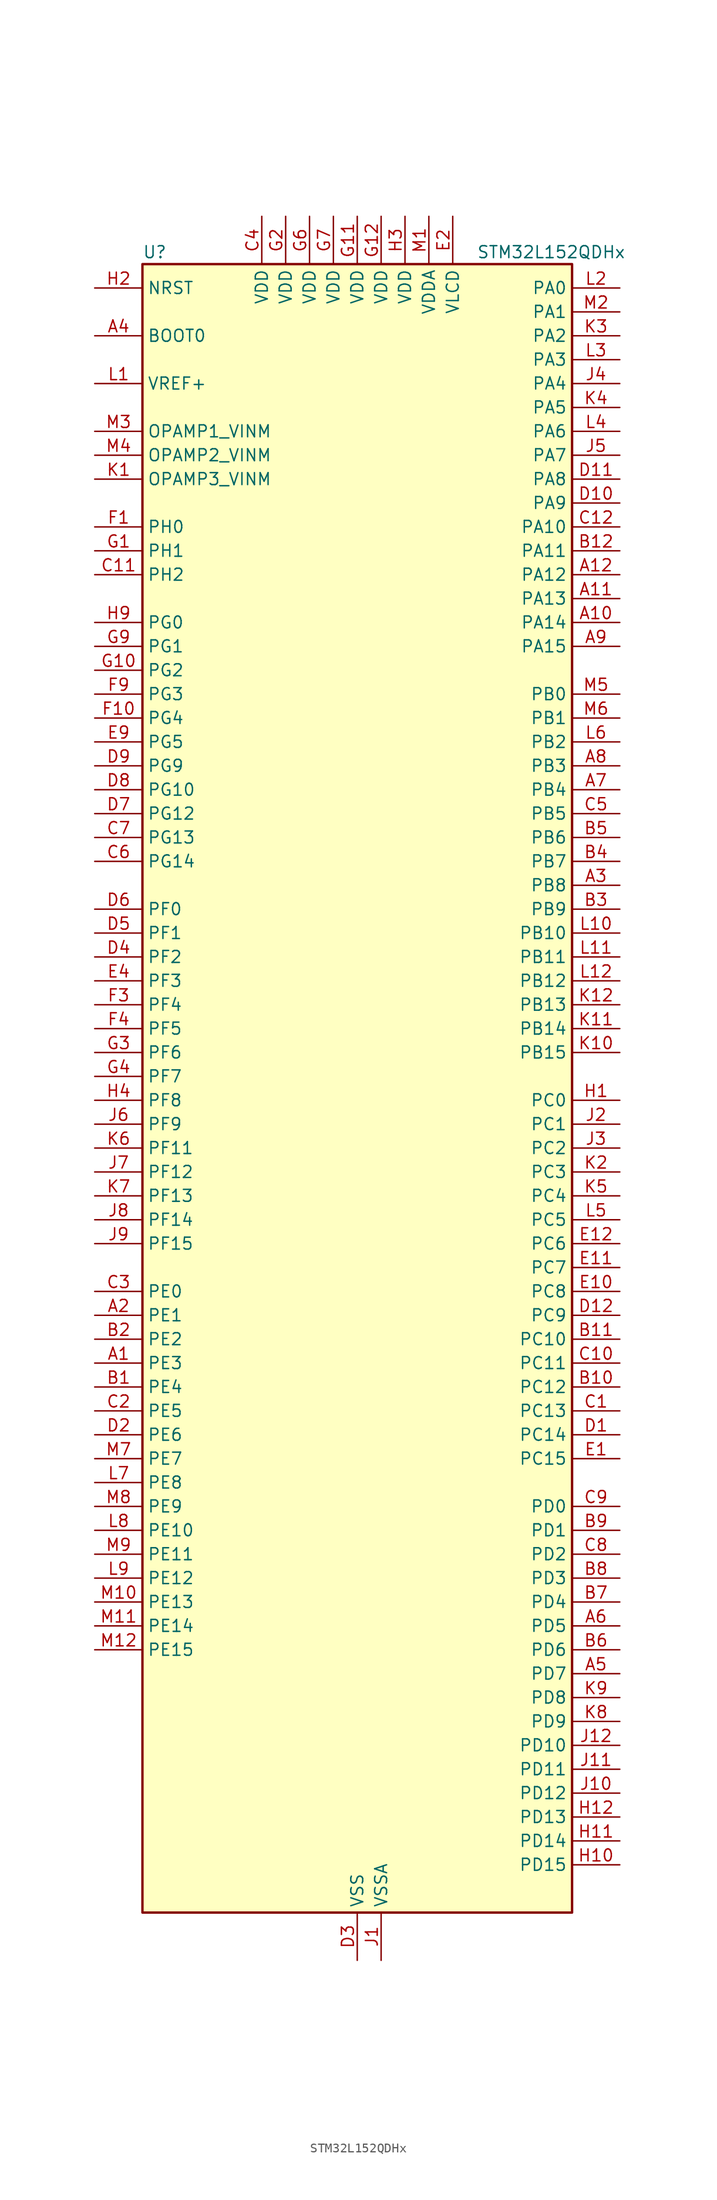
<source format=kicad_sym>
(kicad_symbol_lib
  (version 20231120)
  (generator "kicad-library-utils")
  (generator_version "8.0")
  (symbol "STM32L152QDHx"
    (property "Reference" "U"
      (at -22.86 90.17 0)
      (effects (font (size 1.27 1.27)) (justify left)))
    (property "Value" "STM32L152QDHx"
      (at 12.7 90.17 0)
      (effects (font (size 1.27 1.27)) (justify left)))
    (symbol "STM32L152QDHx_0_1"
      (rectangle (start -22.86 -86.36) (end 22.86 88.9) (stroke (width 0.254) (type default)) (fill (type background))))
    (symbol "STM32L152QDHx_1_1"
      (pin bidirectional line (at -27.94 -27.94 0) (length 5.08) (name "PE3" (effects (font (size 1.27 1.27)))) (number "A1" (effects (font (size 1.27 1.27)))) (alternate "FSMC_A19" bidirectional line) (alternate "LCD_SEG39" bidirectional line) (alternate "SYS_TRACED0" bidirectional line) (alternate "TIM3_CH1" bidirectional line) (alternate "TIMX_IC4" bidirectional line))
      (pin bidirectional line (at 27.94 50.8 180) (length 5.08) (name "PA14" (effects (font (size 1.27 1.27)))) (number "A10" (effects (font (size 1.27 1.27)))) (alternate "SYS_JTCK-SWCLK" bidirectional line) (alternate "TIMX_IC3" bidirectional line) (alternate "TS_G5_IO2" bidirectional line))
      (pin bidirectional line (at 27.94 53.34 180) (length 5.08) (name "PA13" (effects (font (size 1.27 1.27)))) (number "A11" (effects (font (size 1.27 1.27)))) (alternate "SYS_JTMS-SWDIO" bidirectional line) (alternate "TIMX_IC2" bidirectional line) (alternate "TS_G5_IO1" bidirectional line))
      (pin bidirectional line (at 27.94 55.88 180) (length 5.08) (name "PA12" (effects (font (size 1.27 1.27)))) (number "A12" (effects (font (size 1.27 1.27)))) (alternate "SPI1_MOSI" bidirectional line) (alternate "TIMX_IC1" bidirectional line) (alternate "USART1_RTS" bidirectional line) (alternate "USB_DP" bidirectional line))
      (pin bidirectional line (at -27.94 -22.86 0) (length 5.08) (name "PE1" (effects (font (size 1.27 1.27)))) (number "A2" (effects (font (size 1.27 1.27)))) (alternate "FSMC_NBL1" bidirectional line) (alternate "LCD_SEG37" bidirectional line) (alternate "TIM11_CH1" bidirectional line) (alternate "TIMX_IC2" bidirectional line))
      (pin bidirectional line (at 27.94 22.86 180) (length 5.08) (name "PB8" (effects (font (size 1.27 1.27)))) (number "A3" (effects (font (size 1.27 1.27)))) (alternate "I2C1_SCL" bidirectional line) (alternate "LCD_SEG16" bidirectional line) (alternate "SDIO_D4" bidirectional line) (alternate "TIM10_CH1" bidirectional line) (alternate "TIM4_CH3" bidirectional line))
      (pin input line (at -27.94 81.28 0) (length 5.08) (name "BOOT0" (effects (font (size 1.27 1.27)))) (number "A4" (effects (font (size 1.27 1.27)))))
      (pin bidirectional line (at 27.94 -60.96 180) (length 5.08) (name "PD7" (effects (font (size 1.27 1.27)))) (number "A5" (effects (font (size 1.27 1.27)))) (alternate "FSMC_NE1" bidirectional line) (alternate "TIM9_CH2" bidirectional line) (alternate "TIMX_IC4" bidirectional line) (alternate "USART2_CK" bidirectional line))
      (pin bidirectional line (at 27.94 -55.88 180) (length 5.08) (name "PD5" (effects (font (size 1.27 1.27)))) (number "A6" (effects (font (size 1.27 1.27)))) (alternate "FSMC_NWE" bidirectional line) (alternate "TIMX_IC2" bidirectional line) (alternate "USART2_TX" bidirectional line))
      (pin bidirectional line (at 27.94 33.02 180) (length 5.08) (name "PB4" (effects (font (size 1.27 1.27)))) (number "A7" (effects (font (size 1.27 1.27)))) (alternate "COMP2_INP" bidirectional line) (alternate "LCD_SEG8" bidirectional line) (alternate "SPI1_MISO" bidirectional line) (alternate "SPI3_MISO" bidirectional line) (alternate "SYS_JTRST" bidirectional line) (alternate "TIM3_CH1" bidirectional line) (alternate "TS_G6_IO1" bidirectional line))
      (pin bidirectional line (at 27.94 35.56 180) (length 5.08) (name "PB3" (effects (font (size 1.27 1.27)))) (number "A8" (effects (font (size 1.27 1.27)))) (alternate "COMP2_INM" bidirectional line) (alternate "I2S3_CK" bidirectional line) (alternate "LCD_SEG7" bidirectional line) (alternate "SPI1_SCK" bidirectional line) (alternate "SPI3_SCK" bidirectional line) (alternate "SYS_JTDO-TRACESWO" bidirectional line) (alternate "TIM2_CH2" bidirectional line))
      (pin bidirectional line (at 27.94 48.26 180) (length 5.08) (name "PA15" (effects (font (size 1.27 1.27)))) (number "A9" (effects (font (size 1.27 1.27)))) (alternate "ADC_EXTI15" bidirectional line) (alternate "I2S3_WS" bidirectional line) (alternate "LCD_SEG17" bidirectional line) (alternate "SPI1_NSS" bidirectional line) (alternate "SPI3_NSS" bidirectional line) (alternate "SYS_JTDI" bidirectional line) (alternate "TIM2_CH1" bidirectional line) (alternate "TIM2_ETR" bidirectional line) (alternate "TIMX_IC4" bidirectional line) (alternate "TS_G5_IO3" bidirectional line))
      (pin bidirectional line (at -27.94 -30.48 0) (length 5.08) (name "PE4" (effects (font (size 1.27 1.27)))) (number "B1" (effects (font (size 1.27 1.27)))) (alternate "FSMC_A20" bidirectional line) (alternate "SYS_TRACED1" bidirectional line) (alternate "TIM3_CH2" bidirectional line) (alternate "TIMX_IC1" bidirectional line))
      (pin bidirectional line (at 27.94 -30.48 180) (length 5.08) (name "PC12" (effects (font (size 1.27 1.27)))) (number "B10" (effects (font (size 1.27 1.27)))) (alternate "I2S3_SD" bidirectional line) (alternate "LCD_COM6" bidirectional line) (alternate "LCD_SEG30" bidirectional line) (alternate "LCD_SEG42" bidirectional line) (alternate "SDIO_CK" bidirectional line) (alternate "SPI3_MOSI" bidirectional line) (alternate "TIMX_IC1" bidirectional line) (alternate "UART5_TX" bidirectional line) (alternate "USART3_CK" bidirectional line))
      (pin bidirectional line (at 27.94 -25.4 180) (length 5.08) (name "PC10" (effects (font (size 1.27 1.27)))) (number "B11" (effects (font (size 1.27 1.27)))) (alternate "I2S3_CK" bidirectional line) (alternate "LCD_COM4" bidirectional line) (alternate "LCD_SEG28" bidirectional line) (alternate "LCD_SEG40" bidirectional line) (alternate "SDIO_D2" bidirectional line) (alternate "SPI3_SCK" bidirectional line) (alternate "TIMX_IC3" bidirectional line) (alternate "UART4_TX" bidirectional line) (alternate "USART3_TX" bidirectional line))
      (pin bidirectional line (at 27.94 58.42 180) (length 5.08) (name "PA11" (effects (font (size 1.27 1.27)))) (number "B12" (effects (font (size 1.27 1.27)))) (alternate "ADC_EXTI11" bidirectional line) (alternate "SPI1_MISO" bidirectional line) (alternate "TIMX_IC4" bidirectional line) (alternate "USART1_CTS" bidirectional line) (alternate "USB_DM" bidirectional line))
      (pin bidirectional line (at -27.94 -25.4 0) (length 5.08) (name "PE2" (effects (font (size 1.27 1.27)))) (number "B2" (effects (font (size 1.27 1.27)))) (alternate "FSMC_A23" bidirectional line) (alternate "LCD_SEG38" bidirectional line) (alternate "SYS_TRACECK" bidirectional line) (alternate "TIM3_ETR" bidirectional line) (alternate "TIMX_IC3" bidirectional line))
      (pin bidirectional line (at 27.94 20.32 180) (length 5.08) (name "PB9" (effects (font (size 1.27 1.27)))) (number "B3" (effects (font (size 1.27 1.27)))) (alternate "DAC_EXTI9" bidirectional line) (alternate "I2C1_SDA" bidirectional line) (alternate "LCD_COM3" bidirectional line) (alternate "SDIO_D5" bidirectional line) (alternate "TIM11_CH1" bidirectional line) (alternate "TIM4_CH4" bidirectional line))
      (pin bidirectional line (at 27.94 25.4 180) (length 5.08) (name "PB7" (effects (font (size 1.27 1.27)))) (number "B4" (effects (font (size 1.27 1.27)))) (alternate "COMP2_INP" bidirectional line) (alternate "FSMC_NL" bidirectional line) (alternate "I2C1_SDA" bidirectional line) (alternate "SYS_PVD_IN" bidirectional line) (alternate "TIM4_CH2" bidirectional line) (alternate "TS_G6_IO4" bidirectional line) (alternate "USART1_RX" bidirectional line))
      (pin bidirectional line (at 27.94 27.94 180) (length 5.08) (name "PB6" (effects (font (size 1.27 1.27)))) (number "B5" (effects (font (size 1.27 1.27)))) (alternate "COMP2_INP" bidirectional line) (alternate "I2C1_SCL" bidirectional line) (alternate "TIM4_CH1" bidirectional line) (alternate "TS_G6_IO3" bidirectional line) (alternate "USART1_TX" bidirectional line))
      (pin bidirectional line (at 27.94 -58.42 180) (length 5.08) (name "PD6" (effects (font (size 1.27 1.27)))) (number "B6" (effects (font (size 1.27 1.27)))) (alternate "FSMC_NWAIT" bidirectional line) (alternate "TIMX_IC3" bidirectional line) (alternate "USART2_RX" bidirectional line))
      (pin bidirectional line (at 27.94 -53.34 180) (length 5.08) (name "PD4" (effects (font (size 1.27 1.27)))) (number "B7" (effects (font (size 1.27 1.27)))) (alternate "FSMC_NOE" bidirectional line) (alternate "I2S2_SD" bidirectional line) (alternate "SPI2_MOSI" bidirectional line) (alternate "TIMX_IC1" bidirectional line) (alternate "USART2_RTS" bidirectional line))
      (pin bidirectional line (at 27.94 -50.8 180) (length 5.08) (name "PD3" (effects (font (size 1.27 1.27)))) (number "B8" (effects (font (size 1.27 1.27)))) (alternate "FSMC_CLK" bidirectional line) (alternate "SPI2_MISO" bidirectional line) (alternate "TIMX_IC4" bidirectional line) (alternate "USART2_CTS" bidirectional line))
      (pin bidirectional line (at 27.94 -45.72 180) (length 5.08) (name "PD1" (effects (font (size 1.27 1.27)))) (number "B9" (effects (font (size 1.27 1.27)))) (alternate "FSMC_D3" bidirectional line) (alternate "FSMC_DA3" bidirectional line) (alternate "I2S2_CK" bidirectional line) (alternate "SPI2_SCK" bidirectional line) (alternate "TIMX_IC2" bidirectional line))
      (pin bidirectional line (at 27.94 -33.02 180) (length 5.08) (name "PC13" (effects (font (size 1.27 1.27)))) (number "C1" (effects (font (size 1.27 1.27)))) (alternate "RTC_OUT_ALARM" bidirectional line) (alternate "RTC_OUT_CALIB" bidirectional line) (alternate "RTC_TAMP1" bidirectional line) (alternate "RTC_TS" bidirectional line) (alternate "SYS_WKUP2" bidirectional line) (alternate "TIMX_IC2" bidirectional line))
      (pin bidirectional line (at 27.94 -27.94 180) (length 5.08) (name "PC11" (effects (font (size 1.27 1.27)))) (number "C10" (effects (font (size 1.27 1.27)))) (alternate "ADC_EXTI11" bidirectional line) (alternate "LCD_COM5" bidirectional line) (alternate "LCD_SEG29" bidirectional line) (alternate "LCD_SEG41" bidirectional line) (alternate "SDIO_D3" bidirectional line) (alternate "SPI3_MISO" bidirectional line) (alternate "TIMX_IC4" bidirectional line) (alternate "UART4_RX" bidirectional line) (alternate "USART3_RX" bidirectional line))
      (pin bidirectional line (at -27.94 55.88 0) (length 5.08) (name "PH2" (effects (font (size 1.27 1.27)))) (number "C11" (effects (font (size 1.27 1.27)))) (alternate "FSMC_A22" bidirectional line))
      (pin bidirectional line (at 27.94 60.96 180) (length 5.08) (name "PA10" (effects (font (size 1.27 1.27)))) (number "C12" (effects (font (size 1.27 1.27)))) (alternate "LCD_COM2" bidirectional line) (alternate "TIMX_IC3" bidirectional line) (alternate "TS_G4_IO3" bidirectional line) (alternate "USART1_RX" bidirectional line))
      (pin bidirectional line (at -27.94 -33.02 0) (length 5.08) (name "PE5" (effects (font (size 1.27 1.27)))) (number "C2" (effects (font (size 1.27 1.27)))) (alternate "FSMC_A21" bidirectional line) (alternate "SYS_TRACED2" bidirectional line) (alternate "TIM9_CH1" bidirectional line) (alternate "TIMX_IC2" bidirectional line))
      (pin bidirectional line (at -27.94 -20.32 0) (length 5.08) (name "PE0" (effects (font (size 1.27 1.27)))) (number "C3" (effects (font (size 1.27 1.27)))) (alternate "FSMC_NBL0" bidirectional line) (alternate "LCD_SEG36" bidirectional line) (alternate "TIM10_CH1" bidirectional line) (alternate "TIM4_ETR" bidirectional line) (alternate "TIMX_IC1" bidirectional line))
      (pin power_in line (at -10.16 93.98 270) (length 5.08) (name "VDD" (effects (font (size 1.27 1.27)))) (number "C4" (effects (font (size 1.27 1.27)))))
      (pin bidirectional line (at 27.94 30.48 180) (length 5.08) (name "PB5" (effects (font (size 1.27 1.27)))) (number "C5" (effects (font (size 1.27 1.27)))) (alternate "COMP2_INP" bidirectional line) (alternate "I2C1_SMBA" bidirectional line) (alternate "I2S3_SD" bidirectional line) (alternate "LCD_SEG9" bidirectional line) (alternate "SPI1_MOSI" bidirectional line) (alternate "SPI3_MOSI" bidirectional line) (alternate "TIM3_CH2" bidirectional line) (alternate "TS_G6_IO2" bidirectional line))
      (pin bidirectional line (at -27.94 25.4 0) (length 5.08) (name "PG14" (effects (font (size 1.27 1.27)))) (number "C6" (effects (font (size 1.27 1.27)))) (alternate "FSMC_A25" bidirectional line))
      (pin bidirectional line (at -27.94 27.94 0) (length 5.08) (name "PG13" (effects (font (size 1.27 1.27)))) (number "C7" (effects (font (size 1.27 1.27)))) (alternate "FSMC_A24" bidirectional line))
      (pin bidirectional line (at 27.94 -48.26 180) (length 5.08) (name "PD2" (effects (font (size 1.27 1.27)))) (number "C8" (effects (font (size 1.27 1.27)))) (alternate "LCD_COM7" bidirectional line) (alternate "LCD_SEG31" bidirectional line) (alternate "LCD_SEG43" bidirectional line) (alternate "SDIO_CMD" bidirectional line) (alternate "TIM3_ETR" bidirectional line) (alternate "TIMX_IC3" bidirectional line) (alternate "UART5_RX" bidirectional line))
      (pin bidirectional line (at 27.94 -43.18 180) (length 5.08) (name "PD0" (effects (font (size 1.27 1.27)))) (number "C9" (effects (font (size 1.27 1.27)))) (alternate "FSMC_D2" bidirectional line) (alternate "FSMC_DA2" bidirectional line) (alternate "I2S2_WS" bidirectional line) (alternate "SPI2_NSS" bidirectional line) (alternate "TIM9_CH1" bidirectional line) (alternate "TIMX_IC1" bidirectional line))
      (pin bidirectional line (at 27.94 -35.56 180) (length 5.08) (name "PC14" (effects (font (size 1.27 1.27)))) (number "D1" (effects (font (size 1.27 1.27)))) (alternate "RCC_OSC32_IN" bidirectional line) (alternate "TIMX_IC3" bidirectional line))
      (pin bidirectional line (at 27.94 63.5 180) (length 5.08) (name "PA9" (effects (font (size 1.27 1.27)))) (number "D10" (effects (font (size 1.27 1.27)))) (alternate "DAC_EXTI9" bidirectional line) (alternate "LCD_COM1" bidirectional line) (alternate "TIMX_IC2" bidirectional line) (alternate "TS_G4_IO2" bidirectional line) (alternate "USART1_TX" bidirectional line))
      (pin bidirectional line (at 27.94 66.04 180) (length 5.08) (name "PA8" (effects (font (size 1.27 1.27)))) (number "D11" (effects (font (size 1.27 1.27)))) (alternate "LCD_COM0" bidirectional line) (alternate "RCC_MCO" bidirectional line) (alternate "TIMX_IC1" bidirectional line) (alternate "TS_G4_IO1" bidirectional line) (alternate "USART1_CK" bidirectional line))
      (pin bidirectional line (at 27.94 -22.86 180) (length 5.08) (name "PC9" (effects (font (size 1.27 1.27)))) (number "D12" (effects (font (size 1.27 1.27)))) (alternate "DAC_EXTI9" bidirectional line) (alternate "LCD_SEG27" bidirectional line) (alternate "SDIO_D1" bidirectional line) (alternate "TIM3_CH4" bidirectional line) (alternate "TIMX_IC2" bidirectional line) (alternate "TS_G10_IO4" bidirectional line))
      (pin bidirectional line (at -27.94 -35.56 0) (length 5.08) (name "PE6" (effects (font (size 1.27 1.27)))) (number "D2" (effects (font (size 1.27 1.27)))) (alternate "RTC_TAMP3" bidirectional line) (alternate "SYS_TRACED3" bidirectional line) (alternate "SYS_WKUP3" bidirectional line) (alternate "TIM9_CH2" bidirectional line) (alternate "TIMX_IC3" bidirectional line))
      (pin power_in line (at 0 -91.44 90) (length 5.08) (name "VSS" (effects (font (size 1.27 1.27)))) (number "D3" (effects (font (size 1.27 1.27)))))
      (pin bidirectional line (at -27.94 15.24 0) (length 5.08) (name "PF2" (effects (font (size 1.27 1.27)))) (number "D4" (effects (font (size 1.27 1.27)))) (alternate "FSMC_A2" bidirectional line))
      (pin bidirectional line (at -27.94 17.78 0) (length 5.08) (name "PF1" (effects (font (size 1.27 1.27)))) (number "D5" (effects (font (size 1.27 1.27)))) (alternate "FSMC_A1" bidirectional line))
      (pin bidirectional line (at -27.94 20.32 0) (length 5.08) (name "PF0" (effects (font (size 1.27 1.27)))) (number "D6" (effects (font (size 1.27 1.27)))) (alternate "FSMC_A0" bidirectional line))
      (pin bidirectional line (at -27.94 30.48 0) (length 5.08) (name "PG12" (effects (font (size 1.27 1.27)))) (number "D7" (effects (font (size 1.27 1.27)))) (alternate "FSMC_NE4" bidirectional line))
      (pin bidirectional line (at -27.94 33.02 0) (length 5.08) (name "PG10" (effects (font (size 1.27 1.27)))) (number "D8" (effects (font (size 1.27 1.27)))) (alternate "FSMC_NE3" bidirectional line))
      (pin bidirectional line (at -27.94 35.56 0) (length 5.08) (name "PG9" (effects (font (size 1.27 1.27)))) (number "D9" (effects (font (size 1.27 1.27)))) (alternate "DAC_EXTI9" bidirectional line) (alternate "FSMC_NE2" bidirectional line))
      (pin bidirectional line (at 27.94 -38.1 180) (length 5.08) (name "PC15" (effects (font (size 1.27 1.27)))) (number "E1" (effects (font (size 1.27 1.27)))) (alternate "ADC_EXTI15" bidirectional line) (alternate "RCC_OSC32_OUT" bidirectional line) (alternate "TIMX_IC4" bidirectional line))
      (pin bidirectional line (at 27.94 -20.32 180) (length 5.08) (name "PC8" (effects (font (size 1.27 1.27)))) (number "E10" (effects (font (size 1.27 1.27)))) (alternate "LCD_SEG26" bidirectional line) (alternate "SDIO_D0" bidirectional line) (alternate "TIM3_CH3" bidirectional line) (alternate "TIMX_IC1" bidirectional line) (alternate "TS_G10_IO3" bidirectional line))
      (pin bidirectional line (at 27.94 -17.78 180) (length 5.08) (name "PC7" (effects (font (size 1.27 1.27)))) (number "E11" (effects (font (size 1.27 1.27)))) (alternate "I2S3_MCK" bidirectional line) (alternate "LCD_SEG25" bidirectional line) (alternate "SDIO_D7" bidirectional line) (alternate "TIM3_CH2" bidirectional line) (alternate "TIMX_IC4" bidirectional line) (alternate "TS_G10_IO2" bidirectional line))
      (pin bidirectional line (at 27.94 -15.24 180) (length 5.08) (name "PC6" (effects (font (size 1.27 1.27)))) (number "E12" (effects (font (size 1.27 1.27)))) (alternate "I2S2_MCK" bidirectional line) (alternate "LCD_SEG24" bidirectional line) (alternate "SDIO_D6" bidirectional line) (alternate "TIM3_CH1" bidirectional line) (alternate "TIMX_IC3" bidirectional line) (alternate "TS_G10_IO1" bidirectional line))
      (pin power_in line (at 10.16 93.98 270) (length 5.08) (name "VLCD" (effects (font (size 1.27 1.27)))) (number "E2" (effects (font (size 1.27 1.27)))))
      (pin passive line (at 0 -91.44 90) (length 5.08) hide (name "VSS" (effects (font (size 1.27 1.27)))) (number "E3" (effects (font (size 1.27 1.27)))))
      (pin bidirectional line (at -27.94 12.7 0) (length 5.08) (name "PF3" (effects (font (size 1.27 1.27)))) (number "E4" (effects (font (size 1.27 1.27)))) (alternate "FSMC_A3" bidirectional line))
      (pin bidirectional line (at -27.94 38.1 0) (length 5.08) (name "PG5" (effects (font (size 1.27 1.27)))) (number "E9" (effects (font (size 1.27 1.27)))) (alternate "FSMC_A15" bidirectional line))
      (pin bidirectional line (at -27.94 60.96 0) (length 5.08) (name "PH0" (effects (font (size 1.27 1.27)))) (number "F1" (effects (font (size 1.27 1.27)))) (alternate "RCC_OSC_IN" bidirectional line))
      (pin bidirectional line (at -27.94 40.64 0) (length 5.08) (name "PG4" (effects (font (size 1.27 1.27)))) (number "F10" (effects (font (size 1.27 1.27)))) (alternate "ADC_IN12b" bidirectional line) (alternate "FSMC_A14" bidirectional line) (alternate "TS_G7_IO7" bidirectional line))
      (pin passive line (at 0 -91.44 90) (length 5.08) hide (name "VSS" (effects (font (size 1.27 1.27)))) (number "F11" (effects (font (size 1.27 1.27)))))
      (pin passive line (at 0 -91.44 90) (length 5.08) hide (name "VSS" (effects (font (size 1.27 1.27)))) (number "F12" (effects (font (size 1.27 1.27)))))
      (pin passive line (at 0 -91.44 90) (length 5.08) hide (name "VSS" (effects (font (size 1.27 1.27)))) (number "F2" (effects (font (size 1.27 1.27)))))
      (pin bidirectional line (at -27.94 10.16 0) (length 5.08) (name "PF4" (effects (font (size 1.27 1.27)))) (number "F3" (effects (font (size 1.27 1.27)))) (alternate "FSMC_A4" bidirectional line))
      (pin bidirectional line (at -27.94 7.62 0) (length 5.08) (name "PF5" (effects (font (size 1.27 1.27)))) (number "F4" (effects (font (size 1.27 1.27)))) (alternate "FSMC_A5" bidirectional line))
      (pin passive line (at 0 -91.44 90) (length 5.08) hide (name "VSS" (effects (font (size 1.27 1.27)))) (number "F6" (effects (font (size 1.27 1.27)))))
      (pin passive line (at 0 -91.44 90) (length 5.08) hide (name "VSS" (effects (font (size 1.27 1.27)))) (number "F7" (effects (font (size 1.27 1.27)))))
      (pin bidirectional line (at -27.94 43.18 0) (length 5.08) (name "PG3" (effects (font (size 1.27 1.27)))) (number "F9" (effects (font (size 1.27 1.27)))) (alternate "ADC_IN11b" bidirectional line) (alternate "FSMC_A13" bidirectional line) (alternate "TS_G7_IO6" bidirectional line))
      (pin bidirectional line (at -27.94 58.42 0) (length 5.08) (name "PH1" (effects (font (size 1.27 1.27)))) (number "G1" (effects (font (size 1.27 1.27)))) (alternate "RCC_OSC_OUT" bidirectional line))
      (pin bidirectional line (at -27.94 45.72 0) (length 5.08) (name "PG2" (effects (font (size 1.27 1.27)))) (number "G10" (effects (font (size 1.27 1.27)))) (alternate "ADC_IN10b" bidirectional line) (alternate "FSMC_A12" bidirectional line) (alternate "TS_G7_IO5" bidirectional line))
      (pin power_in line (at 0 93.98 270) (length 5.08) (name "VDD" (effects (font (size 1.27 1.27)))) (number "G11" (effects (font (size 1.27 1.27)))))
      (pin power_in line (at 2.54 93.98 270) (length 5.08) (name "VDD" (effects (font (size 1.27 1.27)))) (number "G12" (effects (font (size 1.27 1.27)))))
      (pin power_in line (at -7.62 93.98 270) (length 5.08) (name "VDD" (effects (font (size 1.27 1.27)))) (number "G2" (effects (font (size 1.27 1.27)))))
      (pin bidirectional line (at -27.94 5.08 0) (length 5.08) (name "PF6" (effects (font (size 1.27 1.27)))) (number "G3" (effects (font (size 1.27 1.27)))) (alternate "ADC_IN27" bidirectional line) (alternate "TIM5_CH1" bidirectional line) (alternate "TIM5_ETR" bidirectional line) (alternate "TS_G11_IO1" bidirectional line))
      (pin bidirectional line (at -27.94 2.54 0) (length 5.08) (name "PF7" (effects (font (size 1.27 1.27)))) (number "G4" (effects (font (size 1.27 1.27)))) (alternate "ADC_IN28" bidirectional line) (alternate "COMP1_INP" bidirectional line) (alternate "TIM5_CH2" bidirectional line) (alternate "TS_G11_IO2" bidirectional line))
      (pin power_in line (at -5.08 93.98 270) (length 5.08) (name "VDD" (effects (font (size 1.27 1.27)))) (number "G6" (effects (font (size 1.27 1.27)))))
      (pin power_in line (at -2.54 93.98 270) (length 5.08) (name "VDD" (effects (font (size 1.27 1.27)))) (number "G7" (effects (font (size 1.27 1.27)))))
      (pin bidirectional line (at -27.94 48.26 0) (length 5.08) (name "PG1" (effects (font (size 1.27 1.27)))) (number "G9" (effects (font (size 1.27 1.27)))) (alternate "ADC_IN9b" bidirectional line) (alternate "FSMC_A11" bidirectional line) (alternate "TS_G2_IO5" bidirectional line))
      (pin bidirectional line (at 27.94 0 180) (length 5.08) (name "PC0" (effects (font (size 1.27 1.27)))) (number "H1" (effects (font (size 1.27 1.27)))) (alternate "ADC_IN10" bidirectional line) (alternate "COMP1_INP" bidirectional line) (alternate "LCD_SEG18" bidirectional line) (alternate "TIMX_IC1" bidirectional line) (alternate "TS_G8_IO1" bidirectional line))
      (pin bidirectional line (at 27.94 -81.28 180) (length 5.08) (name "PD15" (effects (font (size 1.27 1.27)))) (number "H10" (effects (font (size 1.27 1.27)))) (alternate "ADC_EXTI15" bidirectional line) (alternate "FSMC_D1" bidirectional line) (alternate "FSMC_DA1" bidirectional line) (alternate "LCD_SEG35" bidirectional line) (alternate "TIM4_CH4" bidirectional line) (alternate "TIMX_IC4" bidirectional line))
      (pin bidirectional line (at 27.94 -78.74 180) (length 5.08) (name "PD14" (effects (font (size 1.27 1.27)))) (number "H11" (effects (font (size 1.27 1.27)))) (alternate "FSMC_D0" bidirectional line) (alternate "FSMC_DA0" bidirectional line) (alternate "LCD_SEG34" bidirectional line) (alternate "TIM4_CH3" bidirectional line) (alternate "TIMX_IC3" bidirectional line))
      (pin bidirectional line (at 27.94 -76.2 180) (length 5.08) (name "PD13" (effects (font (size 1.27 1.27)))) (number "H12" (effects (font (size 1.27 1.27)))) (alternate "FSMC_A18" bidirectional line) (alternate "LCD_SEG33" bidirectional line) (alternate "TIM4_CH2" bidirectional line) (alternate "TIMX_IC2" bidirectional line))
      (pin input line (at -27.94 86.36 0) (length 5.08) (name "NRST" (effects (font (size 1.27 1.27)))) (number "H2" (effects (font (size 1.27 1.27)))))
      (pin power_in line (at 5.08 93.98 270) (length 5.08) (name "VDD" (effects (font (size 1.27 1.27)))) (number "H3" (effects (font (size 1.27 1.27)))))
      (pin bidirectional line (at -27.94 0 0) (length 5.08) (name "PF8" (effects (font (size 1.27 1.27)))) (number "H4" (effects (font (size 1.27 1.27)))) (alternate "ADC_IN29" bidirectional line) (alternate "COMP1_INP" bidirectional line) (alternate "TIM5_CH3" bidirectional line) (alternate "TS_G11_IO3" bidirectional line))
      (pin bidirectional line (at -27.94 50.8 0) (length 5.08) (name "PG0" (effects (font (size 1.27 1.27)))) (number "H9" (effects (font (size 1.27 1.27)))) (alternate "ADC_IN8b" bidirectional line) (alternate "FSMC_A10" bidirectional line) (alternate "TS_G2_IO4" bidirectional line))
      (pin power_in line (at 2.54 -91.44 90) (length 5.08) (name "VSSA" (effects (font (size 1.27 1.27)))) (number "J1" (effects (font (size 1.27 1.27)))))
      (pin bidirectional line (at 27.94 -73.66 180) (length 5.08) (name "PD12" (effects (font (size 1.27 1.27)))) (number "J10" (effects (font (size 1.27 1.27)))) (alternate "FSMC_A17" bidirectional line) (alternate "LCD_SEG32" bidirectional line) (alternate "TIM4_CH1" bidirectional line) (alternate "TIMX_IC1" bidirectional line) (alternate "USART3_RTS" bidirectional line))
      (pin bidirectional line (at 27.94 -71.12 180) (length 5.08) (name "PD11" (effects (font (size 1.27 1.27)))) (number "J11" (effects (font (size 1.27 1.27)))) (alternate "ADC_EXTI11" bidirectional line) (alternate "FSMC_A16" bidirectional line) (alternate "LCD_SEG31" bidirectional line) (alternate "TIMX_IC4" bidirectional line) (alternate "USART3_CTS" bidirectional line))
      (pin bidirectional line (at 27.94 -68.58 180) (length 5.08) (name "PD10" (effects (font (size 1.27 1.27)))) (number "J12" (effects (font (size 1.27 1.27)))) (alternate "FSMC_D15" bidirectional line) (alternate "FSMC_DA15" bidirectional line) (alternate "LCD_SEG30" bidirectional line) (alternate "TIMX_IC3" bidirectional line) (alternate "USART3_CK" bidirectional line))
      (pin bidirectional line (at 27.94 -2.54 180) (length 5.08) (name "PC1" (effects (font (size 1.27 1.27)))) (number "J2" (effects (font (size 1.27 1.27)))) (alternate "ADC_IN11" bidirectional line) (alternate "COMP1_INP" bidirectional line) (alternate "LCD_SEG19" bidirectional line) (alternate "OPAMP3_VINP" bidirectional line) (alternate "TIMX_IC2" bidirectional line) (alternate "TS_G8_IO2" bidirectional line))
      (pin bidirectional line (at 27.94 -5.08 180) (length 5.08) (name "PC2" (effects (font (size 1.27 1.27)))) (number "J3" (effects (font (size 1.27 1.27)))) (alternate "ADC_IN12" bidirectional line) (alternate "COMP1_INP" bidirectional line) (alternate "LCD_SEG20" bidirectional line) (alternate "TIMX_IC3" bidirectional line) (alternate "TS_G8_IO3" bidirectional line))
      (pin bidirectional line (at 27.94 76.2 180) (length 5.08) (name "PA4" (effects (font (size 1.27 1.27)))) (number "J4" (effects (font (size 1.27 1.27)))) (alternate "ADC_IN4" bidirectional line) (alternate "COMP1_INP" bidirectional line) (alternate "DAC_OUT1" bidirectional line) (alternate "I2S3_WS" bidirectional line) (alternate "SPI1_NSS" bidirectional line) (alternate "SPI3_NSS" bidirectional line) (alternate "TIMX_IC1" bidirectional line) (alternate "USART2_CK" bidirectional line))
      (pin bidirectional line (at 27.94 68.58 180) (length 5.08) (name "PA7" (effects (font (size 1.27 1.27)))) (number "J5" (effects (font (size 1.27 1.27)))) (alternate "ADC_IN7" bidirectional line) (alternate "COMP1_INP" bidirectional line) (alternate "LCD_SEG4" bidirectional line) (alternate "SPI1_MOSI" bidirectional line) (alternate "TIM11_CH1" bidirectional line) (alternate "TIM3_CH2" bidirectional line) (alternate "TIMX_IC4" bidirectional line) (alternate "TS_G2_IO2" bidirectional line))
      (pin bidirectional line (at -27.94 -2.54 0) (length 5.08) (name "PF9" (effects (font (size 1.27 1.27)))) (number "J6" (effects (font (size 1.27 1.27)))) (alternate "ADC_IN30" bidirectional line) (alternate "COMP1_INP" bidirectional line) (alternate "DAC_EXTI9" bidirectional line) (alternate "TIM5_CH4" bidirectional line) (alternate "TS_G11_IO4" bidirectional line))
      (pin bidirectional line (at -27.94 -7.62 0) (length 5.08) (name "PF12" (effects (font (size 1.27 1.27)))) (number "J7" (effects (font (size 1.27 1.27)))) (alternate "ADC_IN2b" bidirectional line) (alternate "FSMC_A6" bidirectional line) (alternate "TS_G3_IO5" bidirectional line))
      (pin bidirectional line (at -27.94 -12.7 0) (length 5.08) (name "PF14" (effects (font (size 1.27 1.27)))) (number "J8" (effects (font (size 1.27 1.27)))) (alternate "ADC_IN6b" bidirectional line) (alternate "FSMC_A8" bidirectional line) (alternate "TS_G9_IO4" bidirectional line))
      (pin bidirectional line (at -27.94 -15.24 0) (length 5.08) (name "PF15" (effects (font (size 1.27 1.27)))) (number "J9" (effects (font (size 1.27 1.27)))) (alternate "ADC_EXTI15" bidirectional line) (alternate "ADC_IN7b" bidirectional line) (alternate "FSMC_A9" bidirectional line) (alternate "TS_G2_IO3" bidirectional line))
      (pin input line (at -27.94 66.04 0) (length 5.08) (name "OPAMP3_VINM" (effects (font (size 1.27 1.27)))) (number "K1" (effects (font (size 1.27 1.27)))) (alternate "OPAMP3_VINM" bidirectional line))
      (pin bidirectional line (at 27.94 5.08 180) (length 5.08) (name "PB15" (effects (font (size 1.27 1.27)))) (number "K10" (effects (font (size 1.27 1.27)))) (alternate "ADC_EXTI15" bidirectional line) (alternate "ADC_IN21" bidirectional line) (alternate "COMP1_INP" bidirectional line) (alternate "I2S2_SD" bidirectional line) (alternate "LCD_SEG15" bidirectional line) (alternate "RTC_REFIN" bidirectional line) (alternate "SPI2_MOSI" bidirectional line) (alternate "TIM11_CH1" bidirectional line) (alternate "TS_G7_IO4" bidirectional line))
      (pin bidirectional line (at 27.94 7.62 180) (length 5.08) (name "PB14" (effects (font (size 1.27 1.27)))) (number "K11" (effects (font (size 1.27 1.27)))) (alternate "ADC_IN20" bidirectional line) (alternate "COMP1_INP" bidirectional line) (alternate "LCD_SEG14" bidirectional line) (alternate "SPI2_MISO" bidirectional line) (alternate "TIM9_CH2" bidirectional line) (alternate "TS_G7_IO3" bidirectional line) (alternate "USART3_RTS" bidirectional line))
      (pin bidirectional line (at 27.94 10.16 180) (length 5.08) (name "PB13" (effects (font (size 1.27 1.27)))) (number "K12" (effects (font (size 1.27 1.27)))) (alternate "ADC_IN19" bidirectional line) (alternate "COMP1_INP" bidirectional line) (alternate "I2S2_CK" bidirectional line) (alternate "LCD_SEG13" bidirectional line) (alternate "SPI2_SCK" bidirectional line) (alternate "TIM9_CH1" bidirectional line) (alternate "TS_G7_IO2" bidirectional line) (alternate "USART3_CTS" bidirectional line))
      (pin bidirectional line (at 27.94 -7.62 180) (length 5.08) (name "PC3" (effects (font (size 1.27 1.27)))) (number "K2" (effects (font (size 1.27 1.27)))) (alternate "ADC_IN13" bidirectional line) (alternate "COMP1_INP" bidirectional line) (alternate "LCD_SEG21" bidirectional line) (alternate "OPAMP3_VOUT" bidirectional line) (alternate "TIMX_IC4" bidirectional line) (alternate "TS_G8_IO4" bidirectional line))
      (pin bidirectional line (at 27.94 81.28 180) (length 5.08) (name "PA2" (effects (font (size 1.27 1.27)))) (number "K3" (effects (font (size 1.27 1.27)))) (alternate "ADC_IN2" bidirectional line) (alternate "COMP1_INP" bidirectional line) (alternate "LCD_SEG1" bidirectional line) (alternate "TIM2_CH3" bidirectional line) (alternate "TIM5_CH3" bidirectional line) (alternate "TIM9_CH1" bidirectional line) (alternate "TIMX_IC3" bidirectional line) (alternate "TS_G1_IO3" bidirectional line) (alternate "USART2_TX" bidirectional line))
      (pin bidirectional line (at 27.94 73.66 180) (length 5.08) (name "PA5" (effects (font (size 1.27 1.27)))) (number "K4" (effects (font (size 1.27 1.27)))) (alternate "ADC_IN5" bidirectional line) (alternate "COMP1_INP" bidirectional line) (alternate "DAC_OUT2" bidirectional line) (alternate "SPI1_SCK" bidirectional line) (alternate "TIM2_CH1" bidirectional line) (alternate "TIM2_ETR" bidirectional line) (alternate "TIMX_IC2" bidirectional line))
      (pin bidirectional line (at 27.94 -10.16 180) (length 5.08) (name "PC4" (effects (font (size 1.27 1.27)))) (number "K5" (effects (font (size 1.27 1.27)))) (alternate "ADC_IN14" bidirectional line) (alternate "COMP1_INP" bidirectional line) (alternate "LCD_SEG22" bidirectional line) (alternate "TIMX_IC1" bidirectional line) (alternate "TS_G9_IO1" bidirectional line))
      (pin bidirectional line (at -27.94 -5.08 0) (length 5.08) (name "PF11" (effects (font (size 1.27 1.27)))) (number "K6" (effects (font (size 1.27 1.27)))) (alternate "ADC_EXTI11" bidirectional line) (alternate "ADC_IN1b" bidirectional line) (alternate "TS_G3_IO4" bidirectional line))
      (pin bidirectional line (at -27.94 -10.16 0) (length 5.08) (name "PF13" (effects (font (size 1.27 1.27)))) (number "K7" (effects (font (size 1.27 1.27)))) (alternate "ADC_IN3b" bidirectional line) (alternate "FSMC_A7" bidirectional line) (alternate "TS_G9_IO3" bidirectional line))
      (pin bidirectional line (at 27.94 -66.04 180) (length 5.08) (name "PD9" (effects (font (size 1.27 1.27)))) (number "K8" (effects (font (size 1.27 1.27)))) (alternate "DAC_EXTI9" bidirectional line) (alternate "FSMC_D14" bidirectional line) (alternate "FSMC_DA14" bidirectional line) (alternate "LCD_SEG29" bidirectional line) (alternate "TIMX_IC2" bidirectional line) (alternate "USART3_RX" bidirectional line))
      (pin bidirectional line (at 27.94 -63.5 180) (length 5.08) (name "PD8" (effects (font (size 1.27 1.27)))) (number "K9" (effects (font (size 1.27 1.27)))) (alternate "FSMC_D13" bidirectional line) (alternate "FSMC_DA13" bidirectional line) (alternate "LCD_SEG28" bidirectional line) (alternate "TIMX_IC1" bidirectional line) (alternate "USART3_TX" bidirectional line))
      (pin input line (at -27.94 76.2 0) (length 5.08) (name "VREF+" (effects (font (size 1.27 1.27)))) (number "L1" (effects (font (size 1.27 1.27)))))
      (pin bidirectional line (at 27.94 17.78 180) (length 5.08) (name "PB10" (effects (font (size 1.27 1.27)))) (number "L10" (effects (font (size 1.27 1.27)))) (alternate "I2C2_SCL" bidirectional line) (alternate "LCD_SEG10" bidirectional line) (alternate "TIM2_CH3" bidirectional line) (alternate "USART3_TX" bidirectional line))
      (pin bidirectional line (at 27.94 15.24 180) (length 5.08) (name "PB11" (effects (font (size 1.27 1.27)))) (number "L11" (effects (font (size 1.27 1.27)))) (alternate "ADC_EXTI11" bidirectional line) (alternate "I2C2_SDA" bidirectional line) (alternate "LCD_SEG11" bidirectional line) (alternate "TIM2_CH4" bidirectional line) (alternate "USART3_RX" bidirectional line))
      (pin bidirectional line (at 27.94 12.7 180) (length 5.08) (name "PB12" (effects (font (size 1.27 1.27)))) (number "L12" (effects (font (size 1.27 1.27)))) (alternate "ADC_IN18" bidirectional line) (alternate "COMP1_INP" bidirectional line) (alternate "I2C2_SMBA" bidirectional line) (alternate "I2S2_WS" bidirectional line) (alternate "LCD_SEG12" bidirectional line) (alternate "SPI2_NSS" bidirectional line) (alternate "TIM10_CH1" bidirectional line) (alternate "TS_G7_IO1" bidirectional line) (alternate "USART3_CK" bidirectional line))
      (pin bidirectional line (at 27.94 86.36 180) (length 5.08) (name "PA0" (effects (font (size 1.27 1.27)))) (number "L2" (effects (font (size 1.27 1.27)))) (alternate "ADC_IN0" bidirectional line) (alternate "COMP1_INP" bidirectional line) (alternate "RTC_TAMP2" bidirectional line) (alternate "SYS_WKUP1" bidirectional line) (alternate "TIM2_CH1" bidirectional line) (alternate "TIM2_ETR" bidirectional line) (alternate "TIM5_CH1" bidirectional line) (alternate "TIMX_IC1" bidirectional line) (alternate "TS_G1_IO1" bidirectional line) (alternate "USART2_CTS" bidirectional line))
      (pin bidirectional line (at 27.94 78.74 180) (length 5.08) (name "PA3" (effects (font (size 1.27 1.27)))) (number "L3" (effects (font (size 1.27 1.27)))) (alternate "ADC_IN3" bidirectional line) (alternate "COMP1_INP" bidirectional line) (alternate "LCD_SEG2" bidirectional line) (alternate "OPAMP1_VOUT" bidirectional line) (alternate "TIM2_CH4" bidirectional line) (alternate "TIM5_CH4" bidirectional line) (alternate "TIM9_CH2" bidirectional line) (alternate "TIMX_IC4" bidirectional line) (alternate "TS_G1_IO4" bidirectional line) (alternate "USART2_RX" bidirectional line))
      (pin bidirectional line (at 27.94 71.12 180) (length 5.08) (name "PA6" (effects (font (size 1.27 1.27)))) (number "L4" (effects (font (size 1.27 1.27)))) (alternate "ADC_IN6" bidirectional line) (alternate "COMP1_INP" bidirectional line) (alternate "LCD_SEG3" bidirectional line) (alternate "OPAMP2_VINP" bidirectional line) (alternate "SPI1_MISO" bidirectional line) (alternate "TIM10_CH1" bidirectional line) (alternate "TIM3_CH1" bidirectional line) (alternate "TIMX_IC3" bidirectional line) (alternate "TS_G2_IO1" bidirectional line))
      (pin bidirectional line (at 27.94 -12.7 180) (length 5.08) (name "PC5" (effects (font (size 1.27 1.27)))) (number "L5" (effects (font (size 1.27 1.27)))) (alternate "ADC_IN15" bidirectional line) (alternate "COMP1_INP" bidirectional line) (alternate "LCD_SEG23" bidirectional line) (alternate "TIMX_IC2" bidirectional line) (alternate "TS_G9_IO2" bidirectional line))
      (pin bidirectional line (at 27.94 38.1 180) (length 5.08) (name "PB2" (effects (font (size 1.27 1.27)))) (number "L6" (effects (font (size 1.27 1.27)))) (alternate "ADC_IN0b" bidirectional line) (alternate "TS_G3_IO3" bidirectional line))
      (pin bidirectional line (at -27.94 -40.64 0) (length 5.08) (name "PE8" (effects (font (size 1.27 1.27)))) (number "L7" (effects (font (size 1.27 1.27)))) (alternate "ADC_IN23" bidirectional line) (alternate "COMP1_INP" bidirectional line) (alternate "FSMC_D5" bidirectional line) (alternate "FSMC_DA5" bidirectional line) (alternate "TIMX_IC1" bidirectional line))
      (pin bidirectional line (at -27.94 -45.72 0) (length 5.08) (name "PE10" (effects (font (size 1.27 1.27)))) (number "L8" (effects (font (size 1.27 1.27)))) (alternate "ADC_IN25" bidirectional line) (alternate "COMP1_INP" bidirectional line) (alternate "FSMC_D7" bidirectional line) (alternate "FSMC_DA7" bidirectional line) (alternate "TIM2_CH2" bidirectional line) (alternate "TIMX_IC3" bidirectional line))
      (pin bidirectional line (at -27.94 -50.8 0) (length 5.08) (name "PE12" (effects (font (size 1.27 1.27)))) (number "L9" (effects (font (size 1.27 1.27)))) (alternate "FSMC_D9" bidirectional line) (alternate "FSMC_DA9" bidirectional line) (alternate "SPI1_NSS" bidirectional line) (alternate "TIM2_CH4" bidirectional line) (alternate "TIMX_IC1" bidirectional line))
      (pin power_in line (at 7.62 93.98 270) (length 5.08) (name "VDDA" (effects (font (size 1.27 1.27)))) (number "M1" (effects (font (size 1.27 1.27)))))
      (pin bidirectional line (at -27.94 -53.34 0) (length 5.08) (name "PE13" (effects (font (size 1.27 1.27)))) (number "M10" (effects (font (size 1.27 1.27)))) (alternate "FSMC_D10" bidirectional line) (alternate "FSMC_DA10" bidirectional line) (alternate "SPI1_SCK" bidirectional line) (alternate "TIMX_IC2" bidirectional line))
      (pin bidirectional line (at -27.94 -55.88 0) (length 5.08) (name "PE14" (effects (font (size 1.27 1.27)))) (number "M11" (effects (font (size 1.27 1.27)))) (alternate "FSMC_D11" bidirectional line) (alternate "FSMC_DA11" bidirectional line) (alternate "SPI1_MISO" bidirectional line) (alternate "TIMX_IC3" bidirectional line))
      (pin bidirectional line (at -27.94 -58.42 0) (length 5.08) (name "PE15" (effects (font (size 1.27 1.27)))) (number "M12" (effects (font (size 1.27 1.27)))) (alternate "ADC_EXTI15" bidirectional line) (alternate "FSMC_D12" bidirectional line) (alternate "FSMC_DA12" bidirectional line) (alternate "SPI1_MOSI" bidirectional line) (alternate "TIMX_IC4" bidirectional line))
      (pin bidirectional line (at 27.94 83.82 180) (length 5.08) (name "PA1" (effects (font (size 1.27 1.27)))) (number "M2" (effects (font (size 1.27 1.27)))) (alternate "ADC_IN1" bidirectional line) (alternate "COMP1_INP" bidirectional line) (alternate "LCD_SEG0" bidirectional line) (alternate "OPAMP1_VINP" bidirectional line) (alternate "TIM2_CH2" bidirectional line) (alternate "TIM5_CH2" bidirectional line) (alternate "TIMX_IC2" bidirectional line) (alternate "TS_G1_IO2" bidirectional line) (alternate "USART2_RTS" bidirectional line))
      (pin input line (at -27.94 71.12 0) (length 5.08) (name "OPAMP1_VINM" (effects (font (size 1.27 1.27)))) (number "M3" (effects (font (size 1.27 1.27)))) (alternate "OPAMP1_VINM" bidirectional line))
      (pin input line (at -27.94 68.58 0) (length 5.08) (name "OPAMP2_VINM" (effects (font (size 1.27 1.27)))) (number "M4" (effects (font (size 1.27 1.27)))) (alternate "OPAMP2_VINM" bidirectional line))
      (pin bidirectional line (at 27.94 43.18 180) (length 5.08) (name "PB0" (effects (font (size 1.27 1.27)))) (number "M5" (effects (font (size 1.27 1.27)))) (alternate "ADC_IN8" bidirectional line) (alternate "COMP1_INP" bidirectional line) (alternate "LCD_SEG5" bidirectional line) (alternate "OPAMP2_VOUT" bidirectional line) (alternate "SYS_V_REF_OUT" bidirectional line) (alternate "TIM3_CH3" bidirectional line) (alternate "TS_G3_IO1" bidirectional line))
      (pin bidirectional line (at 27.94 40.64 180) (length 5.08) (name "PB1" (effects (font (size 1.27 1.27)))) (number "M6" (effects (font (size 1.27 1.27)))) (alternate "ADC_IN9" bidirectional line) (alternate "COMP1_INP" bidirectional line) (alternate "LCD_SEG6" bidirectional line) (alternate "SYS_V_REF_OUT" bidirectional line) (alternate "TIM3_CH4" bidirectional line) (alternate "TS_G3_IO2" bidirectional line))
      (pin bidirectional line (at -27.94 -38.1 0) (length 5.08) (name "PE7" (effects (font (size 1.27 1.27)))) (number "M7" (effects (font (size 1.27 1.27)))) (alternate "ADC_IN22" bidirectional line) (alternate "COMP1_INP" bidirectional line) (alternate "FSMC_D4" bidirectional line) (alternate "FSMC_DA4" bidirectional line) (alternate "TIMX_IC4" bidirectional line))
      (pin bidirectional line (at -27.94 -43.18 0) (length 5.08) (name "PE9" (effects (font (size 1.27 1.27)))) (number "M8" (effects (font (size 1.27 1.27)))) (alternate "ADC_IN24" bidirectional line) (alternate "COMP1_INP" bidirectional line) (alternate "DAC_EXTI9" bidirectional line) (alternate "FSMC_D6" bidirectional line) (alternate "FSMC_DA6" bidirectional line) (alternate "TIM2_CH1" bidirectional line) (alternate "TIM2_ETR" bidirectional line) (alternate "TIMX_IC2" bidirectional line))
      (pin bidirectional line (at -27.94 -48.26 0) (length 5.08) (name "PE11" (effects (font (size 1.27 1.27)))) (number "M9" (effects (font (size 1.27 1.27)))) (alternate "ADC_EXTI11" bidirectional line) (alternate "FSMC_D8" bidirectional line) (alternate "FSMC_DA8" bidirectional line) (alternate "TIM2_CH3" bidirectional line) (alternate "TIMX_IC4" bidirectional line)))))
</source>
